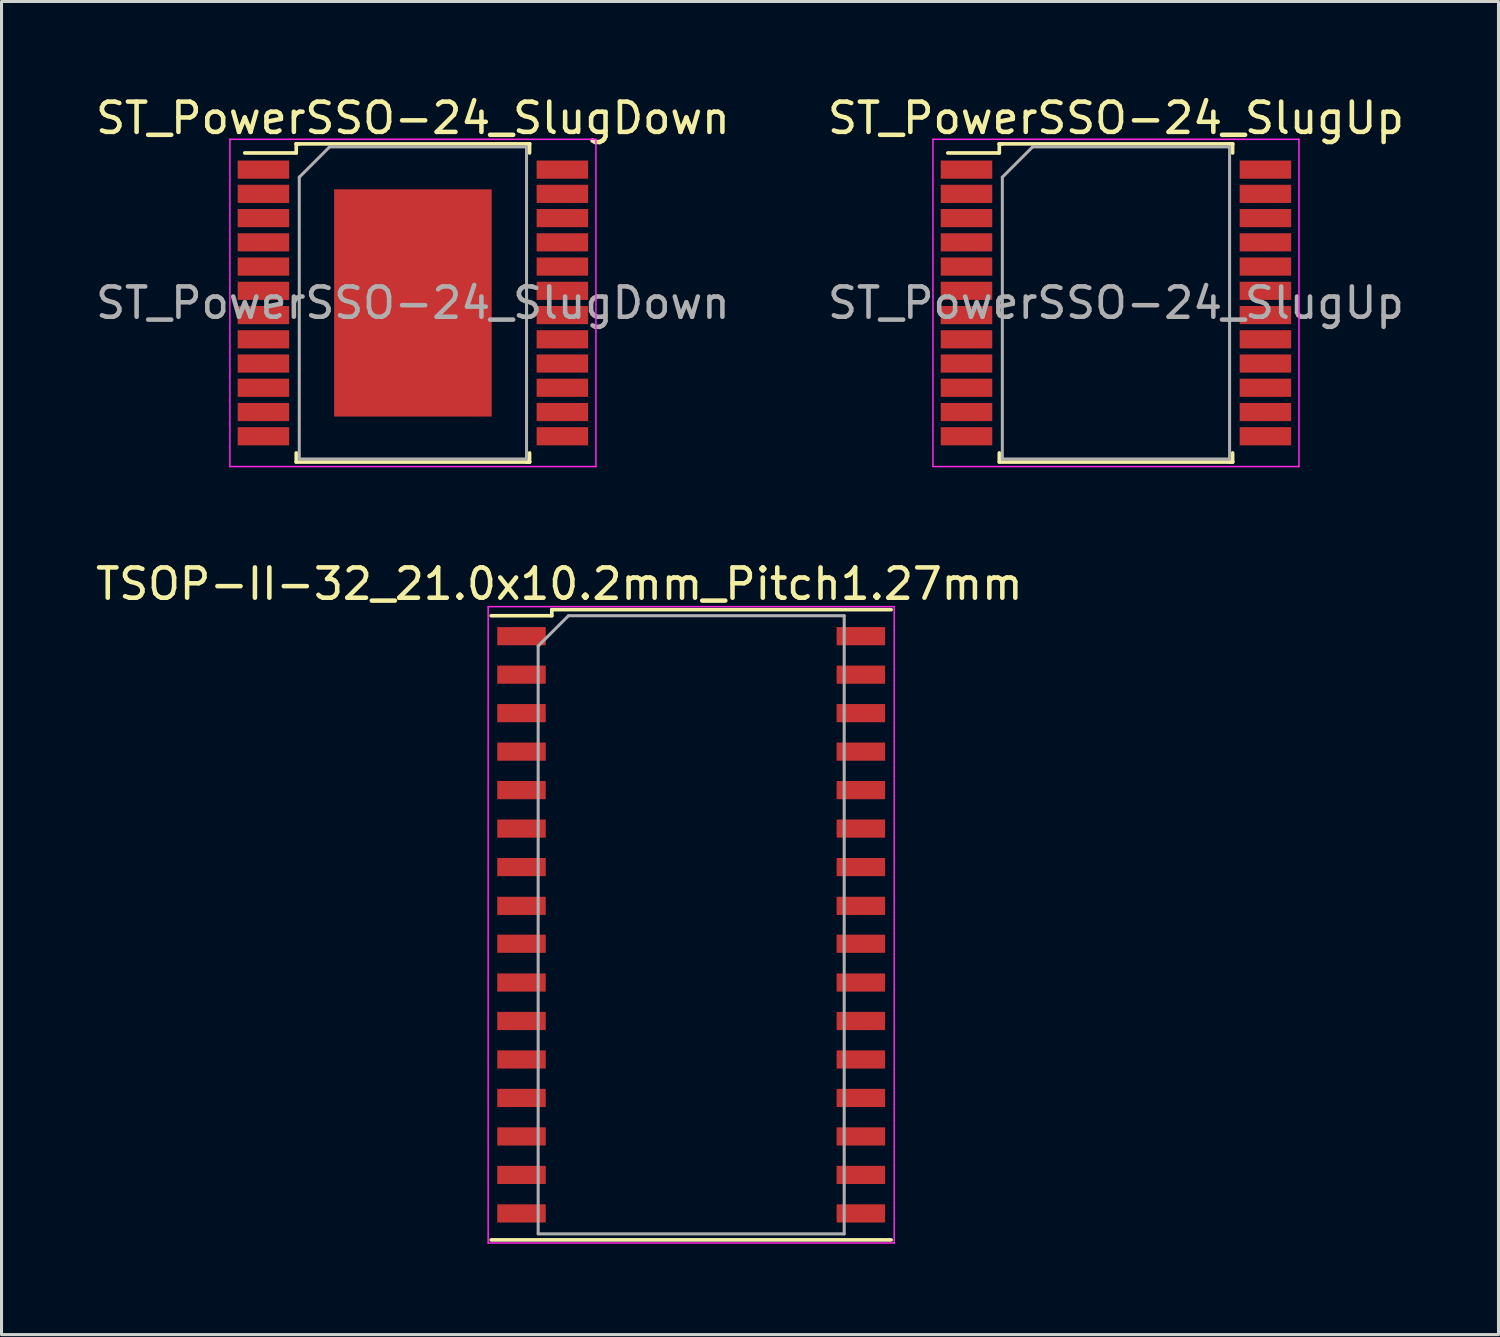
<source format=kicad_pcb>
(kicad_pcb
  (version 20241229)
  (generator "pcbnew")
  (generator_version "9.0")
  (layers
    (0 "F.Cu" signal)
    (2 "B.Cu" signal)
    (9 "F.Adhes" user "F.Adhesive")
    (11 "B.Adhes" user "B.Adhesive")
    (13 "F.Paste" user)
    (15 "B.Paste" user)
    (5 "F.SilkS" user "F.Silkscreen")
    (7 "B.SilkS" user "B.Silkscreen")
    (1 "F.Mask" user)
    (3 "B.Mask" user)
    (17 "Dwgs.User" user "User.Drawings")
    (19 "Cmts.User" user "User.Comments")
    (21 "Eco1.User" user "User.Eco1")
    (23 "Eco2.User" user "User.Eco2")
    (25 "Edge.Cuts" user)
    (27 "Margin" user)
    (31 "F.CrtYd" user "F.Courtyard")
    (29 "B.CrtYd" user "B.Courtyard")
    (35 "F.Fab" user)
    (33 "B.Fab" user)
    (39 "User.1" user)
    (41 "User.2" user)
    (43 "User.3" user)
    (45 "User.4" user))
  (footprint "TSOP-II-32_21.0x10.2mm_Pitch1.27mm"
    (layer "F.Cu")
    (at 19.761 27.471)
    (property "Reference" "TSOP-II-32_21.0x10.2mm_Pitch1.27mm" (at -4.35 -11.25 0) (layer "F.SilkS") (effects (font (size 1 1) (thickness 0.15))))
    (attr smd)
    (fp_line (start -6.6 10.4) (end 6.6 10.4) (stroke (width 0.12) (type solid)) (layer "F.SilkS"))
    (fp_line (start -4.6 -10.4) (end -4.6 -10.2) (stroke (width 0.12) (type solid)) (layer "F.SilkS"))
    (fp_line (start -4.6 -10.4) (end 6.6 -10.4) (stroke (width 0.12) (type solid)) (layer "F.SilkS"))
    (fp_line (start -4.6 -10.2) (end -6.6 -10.2) (stroke (width 0.12) (type solid)) (layer "F.SilkS"))
    (fp_line (start -6.7 -10.5) (end -6.7 10.5) (stroke (width 0.05) (type solid)) (layer "F.CrtYd"))
    (fp_line (start -6.7 -10.5) (end 6.7 -10.5) (stroke (width 0.05) (type solid)) (layer "F.CrtYd"))
    (fp_line (start -6.7 10.5) (end 6.7 10.5) (stroke (width 0.05) (type solid)) (layer "F.CrtYd"))
    (fp_line (start 6.7 -10.5) (end 6.7 10.5) (stroke (width 0.05) (type solid)) (layer "F.CrtYd"))
    (fp_line (start -5.05 -9.2) (end -4.05 -10.2) (stroke (width 0.1) (type solid)) (layer "F.Fab"))
    (fp_line (start -5.05 10.2) (end -5.05 -9.2) (stroke (width 0.1) (type solid)) (layer "F.Fab"))
    (fp_line (start -4.05 -10.2) (end 5.05 -10.2) (stroke (width 0.1) (type solid)) (layer "F.Fab"))
    (fp_line (start 5.05 -10.2) (end 5.05 10.2) (stroke (width 0.1) (type solid)) (layer "F.Fab"))
    (fp_line (start 5.05 10.2) (end -5.05 10.2) (stroke (width 0.1) (type solid)) (layer "F.Fab"))
    (pad "1" smd rect (at -5.6 -9.525) (size 1.6 0.6) (layers "F.Cu" "F.Mask" "F.Paste"))
    (pad "2" smd rect (at -5.6 -8.255) (size 1.6 0.6) (layers "F.Cu" "F.Mask" "F.Paste"))
    (pad "3" smd rect (at -5.6 -6.985) (size 1.6 0.6) (layers "F.Cu" "F.Mask" "F.Paste"))
    (pad "4" smd rect (at -5.6 -5.715) (size 1.6 0.6) (layers "F.Cu" "F.Mask" "F.Paste"))
    (pad "5" smd rect (at -5.6 -4.445) (size 1.6 0.6) (layers "F.Cu" "F.Mask" "F.Paste"))
    (pad "6" smd rect (at -5.6 -3.175) (size 1.6 0.6) (layers "F.Cu" "F.Mask" "F.Paste"))
    (pad "7" smd rect (at -5.6 -1.905) (size 1.6 0.6) (layers "F.Cu" "F.Mask" "F.Paste"))
    (pad "8" smd rect (at -5.6 -0.625) (size 1.6 0.6) (layers "F.Cu" "F.Mask" "F.Paste"))
    (pad "9" smd rect (at -5.6 0.625) (size 1.6 0.6) (layers "F.Cu" "F.Mask" "F.Paste"))
    (pad "10" smd rect (at -5.6 1.905) (size 1.6 0.6) (layers "F.Cu" "F.Mask" "F.Paste"))
    (pad "11" smd rect (at -5.6 3.175) (size 1.6 0.6) (layers "F.Cu" "F.Mask" "F.Paste"))
    (pad "12" smd rect (at -5.6 4.445) (size 1.6 0.6) (layers "F.Cu" "F.Mask" "F.Paste"))
    (pad "13" smd rect (at -5.6 5.715) (size 1.6 0.6) (layers "F.Cu" "F.Mask" "F.Paste"))
    (pad "14" smd rect (at -5.6 6.985) (size 1.6 0.6) (layers "F.Cu" "F.Mask" "F.Paste"))
    (pad "15" smd rect (at -5.6 8.255) (size 1.6 0.6) (layers "F.Cu" "F.Mask" "F.Paste"))
    (pad "16" smd rect (at -5.6 9.525) (size 1.6 0.6) (layers "F.Cu" "F.Mask" "F.Paste"))
    (pad "17" smd rect (at 5.6 9.525) (size 1.6 0.6) (layers "F.Cu" "F.Mask" "F.Paste"))
    (pad "18" smd rect (at 5.6 8.255) (size 1.6 0.6) (layers "F.Cu" "F.Mask" "F.Paste"))
    (pad "19" smd rect (at 5.6 6.985) (size 1.6 0.6) (layers "F.Cu" "F.Mask" "F.Paste"))
    (pad "20" smd rect (at 5.6 5.715) (size 1.6 0.6) (layers "F.Cu" "F.Mask" "F.Paste"))
    (pad "21" smd rect (at 5.6 4.445) (size 1.6 0.6) (layers "F.Cu" "F.Mask" "F.Paste"))
    (pad "22" smd rect (at 5.6 3.175) (size 1.6 0.6) (layers "F.Cu" "F.Mask" "F.Paste"))
    (pad "23" smd rect (at 5.6 1.905) (size 1.6 0.6) (layers "F.Cu" "F.Mask" "F.Paste"))
    (pad "24" smd rect (at 5.6 0.625) (size 1.6 0.6) (layers "F.Cu" "F.Mask" "F.Paste"))
    (pad "25" smd rect (at 5.6 -0.625) (size 1.6 0.6) (layers "F.Cu" "F.Mask" "F.Paste"))
    (pad "26" smd rect (at 5.6 -1.905) (size 1.6 0.6) (layers "F.Cu" "F.Mask" "F.Paste"))
    (pad "27" smd rect (at 5.6 -3.175) (size 1.6 0.6) (layers "F.Cu" "F.Mask" "F.Paste"))
    (pad "28" smd rect (at 5.6 -4.445) (size 1.6 0.6) (layers "F.Cu" "F.Mask" "F.Paste"))
    (pad "29" smd rect (at 5.6 -5.715) (size 1.6 0.6) (layers "F.Cu" "F.Mask" "F.Paste"))
    (pad "30" smd rect (at 5.6 -6.985) (size 1.6 0.6) (layers "F.Cu" "F.Mask" "F.Paste"))
    (pad "31" smd rect (at 5.6 -8.255) (size 1.6 0.6) (layers "F.Cu" "F.Mask" "F.Paste"))
    (pad "32" smd rect (at 5.6 -9.525) (size 1.6 0.6) (layers "F.Cu" "F.Mask" "F.Paste")))
  (footprint "ST_PowerSSO-24_SlugUp"
    (layer "F.Cu")
    (at 33.78 6.948)
    (property "Reference" "ST_PowerSSO-24_SlugUp" (at 0 -6.1 0) (layer "F.SilkS") (effects (font (size 1 1) (thickness 0.15))))
    (attr smd)
    (fp_line (start -3.85 -5.25) (end -3.85 -4.95) (stroke (width 0.12) (type solid)) (layer "F.SilkS"))
    (fp_line (start -3.85 -4.95) (end -5.55 -4.95) (stroke (width 0.12) (type solid)) (layer "F.SilkS"))
    (fp_line (start -3.85 5.25) (end -3.85 4.95) (stroke (width 0.12) (type solid)) (layer "F.SilkS"))
    (fp_line (start -3.75 -5.25) (end -3.85 -5.25) (stroke (width 0.12) (type solid)) (layer "F.SilkS"))
    (fp_line (start 3.75 -5.25) (end 3.85 -5.25) (stroke (width 0.12) (type solid)) (layer "F.SilkS"))
    (fp_line (start 3.75 5.25) (end 3.85 5.25) (stroke (width 0.12) (type solid)) (layer "F.SilkS"))
    (fp_line (start 3.85 -5.25) (end -3.85 -5.25) (stroke (width 0.12) (type solid)) (layer "F.SilkS"))
    (fp_line (start 3.85 -5.25) (end 3.85 -4.95) (stroke (width 0.12) (type solid)) (layer "F.SilkS"))
    (fp_line (start 3.85 5.25) (end -3.85 5.25) (stroke (width 0.12) (type solid)) (layer "F.SilkS"))
    (fp_line (start 3.85 5.25) (end 3.85 4.95) (stroke (width 0.12) (type solid)) (layer "F.SilkS"))
    (fp_line (start -6.04 -5.4) (end -6.04 5.4) (stroke (width 0.05) (type solid)) (layer "F.CrtYd"))
    (fp_line (start -6.04 -5.4) (end 6.04 -5.4) (stroke (width 0.05) (type solid)) (layer "F.CrtYd"))
    (fp_line (start 6.04 5.4) (end -6.04 5.4) (stroke (width 0.05) (type solid)) (layer "F.CrtYd"))
    (fp_line (start 6.04 5.4) (end 6.04 -5.4) (stroke (width 0.05) (type solid)) (layer "F.CrtYd"))
    (fp_line (start -3.75 -4.15) (end -3.75 5.15) (stroke (width 0.1) (type solid)) (layer "F.Fab"))
    (fp_line (start -3.75 5.15) (end 3.75 5.15) (stroke (width 0.1) (type solid)) (layer "F.Fab"))
    (fp_line (start -2.75 -5.15) (end -3.75 -4.15) (stroke (width 0.1) (type solid)) (layer "F.Fab"))
    (fp_line (start 3.75 -5.15) (end -2.75 -5.15) (stroke (width 0.1) (type solid)) (layer "F.Fab"))
    (fp_line (start 3.75 5.15) (end 3.75 -5.15) (stroke (width 0.1) (type solid)) (layer "F.Fab"))
    (fp_text user "${REFERENCE}" (at 0 0 0) (layer "F.Fab") (effects (font (size 1 1) (thickness 0.15))))
    (pad "1" smd rect (at -4.933 -4.4) (size 1.7 0.6) (layers "F.Cu" "F.Mask" "F.Paste"))
    (pad "2" smd rect (at -4.933 -3.6) (size 1.7 0.6) (layers "F.Cu" "F.Mask" "F.Paste"))
    (pad "3" smd rect (at -4.933 -2.8) (size 1.7 0.6) (layers "F.Cu" "F.Mask" "F.Paste"))
    (pad "4" smd rect (at -4.933 -2) (size 1.7 0.6) (layers "F.Cu" "F.Mask" "F.Paste"))
    (pad "5" smd rect (at -4.933 -1.2) (size 1.7 0.6) (layers "F.Cu" "F.Mask" "F.Paste"))
    (pad "6" smd rect (at -4.933 -0.4) (size 1.7 0.6) (layers "F.Cu" "F.Mask" "F.Paste"))
    (pad "7" smd rect (at -4.933 0.4) (size 1.7 0.6) (layers "F.Cu" "F.Mask" "F.Paste"))
    (pad "8" smd rect (at -4.933 1.2) (size 1.7 0.6) (layers "F.Cu" "F.Mask" "F.Paste"))
    (pad "9" smd rect (at -4.933 2) (size 1.7 0.6) (layers "F.Cu" "F.Mask" "F.Paste"))
    (pad "10" smd rect (at -4.933 2.8) (size 1.7 0.6) (layers "F.Cu" "F.Mask" "F.Paste"))
    (pad "11" smd rect (at -4.933 3.6) (size 1.7 0.6) (layers "F.Cu" "F.Mask" "F.Paste"))
    (pad "12" smd rect (at -4.933 4.4) (size 1.7 0.6) (layers "F.Cu" "F.Mask" "F.Paste"))
    (pad "13" smd rect (at 4.933 4.4) (size 1.7 0.6) (layers "F.Cu" "F.Mask" "F.Paste"))
    (pad "14" smd rect (at 4.933 3.6) (size 1.7 0.6) (layers "F.Cu" "F.Mask" "F.Paste"))
    (pad "15" smd rect (at 4.933 2.8) (size 1.7 0.6) (layers "F.Cu" "F.Mask" "F.Paste"))
    (pad "16" smd rect (at 4.933 2) (size 1.7 0.6) (layers "F.Cu" "F.Mask" "F.Paste"))
    (pad "17" smd rect (at 4.933 1.2) (size 1.7 0.6) (layers "F.Cu" "F.Mask" "F.Paste"))
    (pad "18" smd rect (at 4.933 0.4) (size 1.7 0.6) (layers "F.Cu" "F.Mask" "F.Paste"))
    (pad "19" smd rect (at 4.933 -0.4) (size 1.7 0.6) (layers "F.Cu" "F.Mask" "F.Paste"))
    (pad "20" smd rect (at 4.933 -1.2) (size 1.7 0.6) (layers "F.Cu" "F.Mask" "F.Paste"))
    (pad "21" smd rect (at 4.933 -2) (size 1.7 0.6) (layers "F.Cu" "F.Mask" "F.Paste"))
    (pad "22" smd rect (at 4.933 -2.8) (size 1.7 0.6) (layers "F.Cu" "F.Mask" "F.Paste"))
    (pad "23" smd rect (at 4.933 -3.6) (size 1.7 0.6) (layers "F.Cu" "F.Mask" "F.Paste"))
    (pad "24" smd rect (at 4.933 -4.4) (size 1.7 0.6) (layers "F.Cu" "F.Mask" "F.Paste")))
  (footprint "ST_PowerSSO-24_SlugDown"
    (layer "F.Cu")
    (at 10.577 6.948)
    (property "Reference" "ST_PowerSSO-24_SlugDown" (at 0 -6.1 0) (layer "F.SilkS") (effects (font (size 1 1) (thickness 0.15))))
    (attr smd)
    (fp_line (start -3.85 -5.25) (end -3.85 -4.95) (stroke (width 0.12) (type solid)) (layer "F.SilkS"))
    (fp_line (start -3.85 -4.95) (end -5.55 -4.95) (stroke (width 0.12) (type solid)) (layer "F.SilkS"))
    (fp_line (start -3.85 5.25) (end -3.85 4.95) (stroke (width 0.12) (type solid)) (layer "F.SilkS"))
    (fp_line (start -3.75 -5.25) (end -3.85 -5.25) (stroke (width 0.12) (type solid)) (layer "F.SilkS"))
    (fp_line (start 3.75 -5.25) (end 3.85 -5.25) (stroke (width 0.12) (type solid)) (layer "F.SilkS"))
    (fp_line (start 3.75 5.25) (end 3.85 5.25) (stroke (width 0.12) (type solid)) (layer "F.SilkS"))
    (fp_line (start 3.85 -5.25) (end -3.85 -5.25) (stroke (width 0.12) (type solid)) (layer "F.SilkS"))
    (fp_line (start 3.85 -5.25) (end 3.85 -4.95) (stroke (width 0.12) (type solid)) (layer "F.SilkS"))
    (fp_line (start 3.85 5.25) (end -3.85 5.25) (stroke (width 0.12) (type solid)) (layer "F.SilkS"))
    (fp_line (start 3.85 5.25) (end 3.85 4.95) (stroke (width 0.12) (type solid)) (layer "F.SilkS"))
    (fp_line (start -6.04 -5.4) (end -6.04 5.4) (stroke (width 0.05) (type solid)) (layer "F.CrtYd"))
    (fp_line (start -6.04 -5.4) (end 6.04 -5.4) (stroke (width 0.05) (type solid)) (layer "F.CrtYd"))
    (fp_line (start 6.04 5.4) (end -6.04 5.4) (stroke (width 0.05) (type solid)) (layer "F.CrtYd"))
    (fp_line (start 6.04 5.4) (end 6.04 -5.4) (stroke (width 0.05) (type solid)) (layer "F.CrtYd"))
    (fp_line (start -3.75 -4.15) (end -3.75 5.15) (stroke (width 0.1) (type solid)) (layer "F.Fab"))
    (fp_line (start -3.75 5.15) (end 3.75 5.15) (stroke (width 0.1) (type solid)) (layer "F.Fab"))
    (fp_line (start -2.75 -5.15) (end -3.75 -4.15) (stroke (width 0.1) (type solid)) (layer "F.Fab"))
    (fp_line (start 3.75 -5.15) (end -2.75 -5.15) (stroke (width 0.1) (type solid)) (layer "F.Fab"))
    (fp_line (start 3.75 5.15) (end 3.75 -5.15) (stroke (width 0.1) (type solid)) (layer "F.Fab"))
    (fp_text user "${REFERENCE}" (at 0 0 0) (layer "F.Fab") (effects (font (size 1 1) (thickness 0.15))))
    (pad "1" smd rect (at -4.933 -4.4) (size 1.7 0.6) (layers "F.Cu" "F.Mask" "F.Paste"))
    (pad "2" smd rect (at -4.933 -3.6) (size 1.7 0.6) (layers "F.Cu" "F.Mask" "F.Paste"))
    (pad "3" smd rect (at -4.933 -2.8) (size 1.7 0.6) (layers "F.Cu" "F.Mask" "F.Paste"))
    (pad "4" smd rect (at -4.933 -2) (size 1.7 0.6) (layers "F.Cu" "F.Mask" "F.Paste"))
    (pad "5" smd rect (at -4.933 -1.2) (size 1.7 0.6) (layers "F.Cu" "F.Mask" "F.Paste"))
    (pad "6" smd rect (at -4.933 -0.4) (size 1.7 0.6) (layers "F.Cu" "F.Mask" "F.Paste"))
    (pad "7" smd rect (at -4.933 0.4) (size 1.7 0.6) (layers "F.Cu" "F.Mask" "F.Paste"))
    (pad "8" smd rect (at -4.933 1.2) (size 1.7 0.6) (layers "F.Cu" "F.Mask" "F.Paste"))
    (pad "9" smd rect (at -4.933 2) (size 1.7 0.6) (layers "F.Cu" "F.Mask" "F.Paste"))
    (pad "10" smd rect (at -4.933 2.8) (size 1.7 0.6) (layers "F.Cu" "F.Mask" "F.Paste"))
    (pad "11" smd rect (at -4.933 3.6) (size 1.7 0.6) (layers "F.Cu" "F.Mask" "F.Paste"))
    (pad "12" smd rect (at -4.933 4.4) (size 1.7 0.6) (layers "F.Cu" "F.Mask" "F.Paste"))
    (pad "13" smd rect (at 4.933 4.4) (size 1.7 0.6) (layers "F.Cu" "F.Mask" "F.Paste"))
    (pad "14" smd rect (at 4.933 3.6) (size 1.7 0.6) (layers "F.Cu" "F.Mask" "F.Paste"))
    (pad "15" smd rect (at 4.933 2.8) (size 1.7 0.6) (layers "F.Cu" "F.Mask" "F.Paste"))
    (pad "16" smd rect (at 4.933 2) (size 1.7 0.6) (layers "F.Cu" "F.Mask" "F.Paste"))
    (pad "17" smd rect (at 4.933 1.2) (size 1.7 0.6) (layers "F.Cu" "F.Mask" "F.Paste"))
    (pad "18" smd rect (at 4.933 0.4) (size 1.7 0.6) (layers "F.Cu" "F.Mask" "F.Paste"))
    (pad "19" smd rect (at 4.933 -0.4) (size 1.7 0.6) (layers "F.Cu" "F.Mask" "F.Paste"))
    (pad "20" smd rect (at 4.933 -1.2) (size 1.7 0.6) (layers "F.Cu" "F.Mask" "F.Paste"))
    (pad "21" smd rect (at 4.933 -2) (size 1.7 0.6) (layers "F.Cu" "F.Mask" "F.Paste"))
    (pad "22" smd rect (at 4.933 -2.8) (size 1.7 0.6) (layers "F.Cu" "F.Mask" "F.Paste"))
    (pad "23" smd rect (at 4.933 -3.6) (size 1.7 0.6) (layers "F.Cu" "F.Mask" "F.Paste"))
    (pad "24" smd rect (at 4.933 -4.4) (size 1.7 0.6) (layers "F.Cu" "F.Mask" "F.Paste"))
    (pad "25" smd rect (at 0 0) (size 5.2 7.5) (layers "F.Cu" "F.Mask" "F.Paste")))
  (gr_rect
    (start -3 -3)
    (end 46.405 40.996)
    (stroke (width 0.1) (type default))
    (fill no)
    (layer "Edge.Cuts")))
</source>
